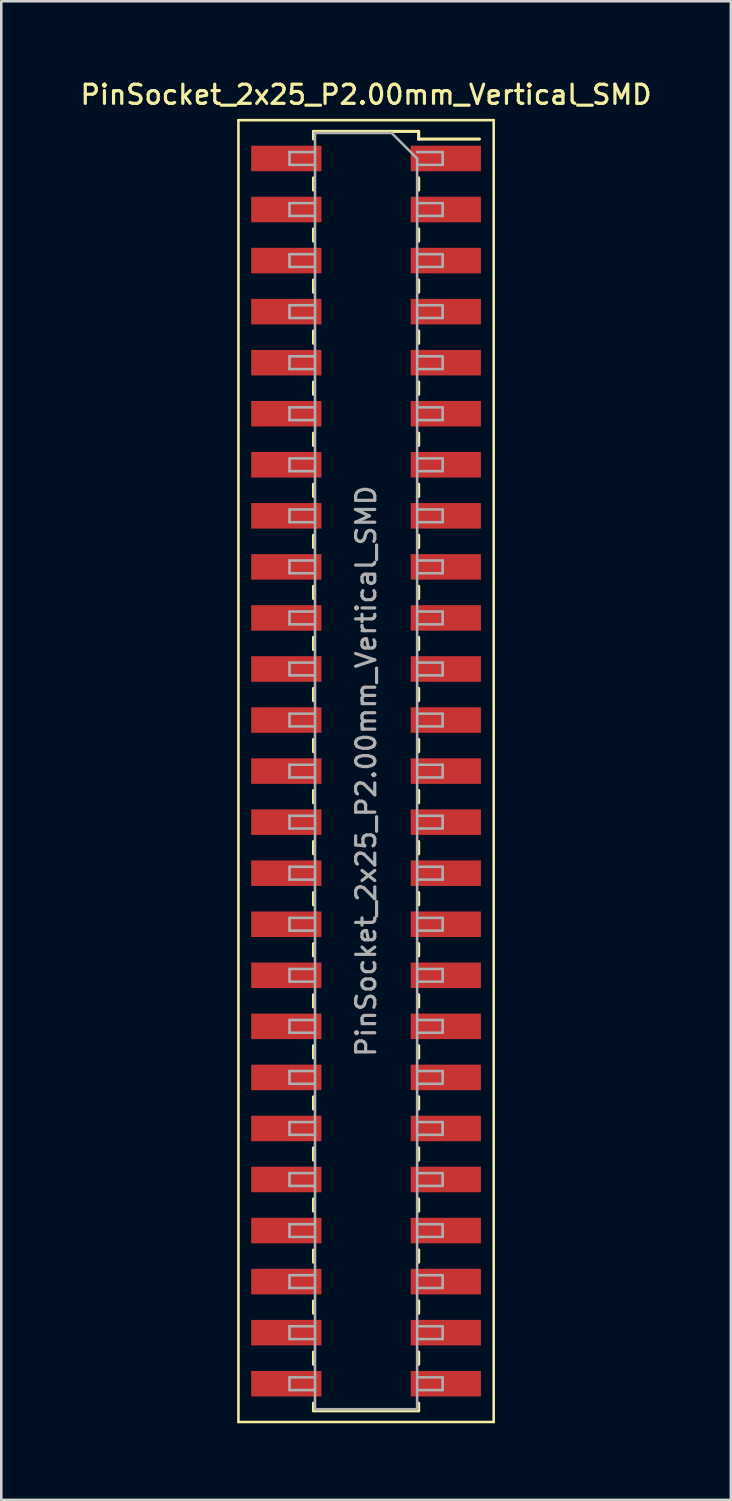
<source format=kicad_pcb>
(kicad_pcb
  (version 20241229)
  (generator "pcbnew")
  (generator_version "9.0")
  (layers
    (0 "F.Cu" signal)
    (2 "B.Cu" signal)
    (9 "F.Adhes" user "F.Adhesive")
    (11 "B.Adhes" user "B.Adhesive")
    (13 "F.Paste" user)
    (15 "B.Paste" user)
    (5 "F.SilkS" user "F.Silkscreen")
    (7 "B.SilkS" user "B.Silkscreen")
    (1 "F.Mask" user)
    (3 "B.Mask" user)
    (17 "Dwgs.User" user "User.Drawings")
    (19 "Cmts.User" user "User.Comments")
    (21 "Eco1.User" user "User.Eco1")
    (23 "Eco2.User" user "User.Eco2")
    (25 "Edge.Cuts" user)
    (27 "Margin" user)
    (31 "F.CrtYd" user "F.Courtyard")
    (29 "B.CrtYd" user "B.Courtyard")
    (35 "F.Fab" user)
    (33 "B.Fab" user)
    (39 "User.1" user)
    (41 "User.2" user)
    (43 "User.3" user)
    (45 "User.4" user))
  (footprint "PinSocket_2x25_P2.00mm_Vertical_SMD"
    (layer "F.Cu")
    (at 11.291 27.158)
    (property "Reference" "PinSocket_2x25_P2.00mm_Vertical_SMD" (at 0 -26.5 0) (layer "F.SilkS") (effects (font (size 0.75 0.75) (thickness 0.125))))
    (attr smd)
    (fp_line (start -5 -25.5) (end 5 -25.5) (stroke (width 0.1) (type solid)) (layer "F.SilkS"))
    (fp_line (start -5 25.5) (end -5 -25.5) (stroke (width 0.1) (type solid)) (layer "F.SilkS"))
    (fp_line (start -2.06 -25.06) (end -2.06 -24.76) (stroke (width 0.12) (type solid)) (layer "F.SilkS"))
    (fp_line (start -2.06 -25.06) (end 2.06 -25.06) (stroke (width 0.12) (type solid)) (layer "F.SilkS"))
    (fp_line (start -2.06 -23.24) (end -2.06 -22.76) (stroke (width 0.12) (type solid)) (layer "F.SilkS"))
    (fp_line (start -2.06 -21.24) (end -2.06 -20.76) (stroke (width 0.12) (type solid)) (layer "F.SilkS"))
    (fp_line (start -2.06 -19.24) (end -2.06 -18.76) (stroke (width 0.12) (type solid)) (layer "F.SilkS"))
    (fp_line (start -2.06 -17.24) (end -2.06 -16.76) (stroke (width 0.12) (type solid)) (layer "F.SilkS"))
    (fp_line (start -2.06 -15.24) (end -2.06 -14.76) (stroke (width 0.12) (type solid)) (layer "F.SilkS"))
    (fp_line (start -2.06 -13.24) (end -2.06 -12.76) (stroke (width 0.12) (type solid)) (layer "F.SilkS"))
    (fp_line (start -2.06 -11.24) (end -2.06 -10.76) (stroke (width 0.12) (type solid)) (layer "F.SilkS"))
    (fp_line (start -2.06 -9.24) (end -2.06 -8.76) (stroke (width 0.12) (type solid)) (layer "F.SilkS"))
    (fp_line (start -2.06 -7.24) (end -2.06 -6.76) (stroke (width 0.12) (type solid)) (layer "F.SilkS"))
    (fp_line (start -2.06 -5.24) (end -2.06 -4.76) (stroke (width 0.12) (type solid)) (layer "F.SilkS"))
    (fp_line (start -2.06 -3.24) (end -2.06 -2.76) (stroke (width 0.12) (type solid)) (layer "F.SilkS"))
    (fp_line (start -2.06 -1.24) (end -2.06 -0.76) (stroke (width 0.12) (type solid)) (layer "F.SilkS"))
    (fp_line (start -2.06 0.76) (end -2.06 1.24) (stroke (width 0.12) (type solid)) (layer "F.SilkS"))
    (fp_line (start -2.06 2.76) (end -2.06 3.24) (stroke (width 0.12) (type solid)) (layer "F.SilkS"))
    (fp_line (start -2.06 4.76) (end -2.06 5.24) (stroke (width 0.12) (type solid)) (layer "F.SilkS"))
    (fp_line (start -2.06 6.76) (end -2.06 7.24) (stroke (width 0.12) (type solid)) (layer "F.SilkS"))
    (fp_line (start -2.06 8.76) (end -2.06 9.24) (stroke (width 0.12) (type solid)) (layer "F.SilkS"))
    (fp_line (start -2.06 10.76) (end -2.06 11.24) (stroke (width 0.12) (type solid)) (layer "F.SilkS"))
    (fp_line (start -2.06 12.76) (end -2.06 13.24) (stroke (width 0.12) (type solid)) (layer "F.SilkS"))
    (fp_line (start -2.06 14.76) (end -2.06 15.24) (stroke (width 0.12) (type solid)) (layer "F.SilkS"))
    (fp_line (start -2.06 16.76) (end -2.06 17.24) (stroke (width 0.12) (type solid)) (layer "F.SilkS"))
    (fp_line (start -2.06 18.76) (end -2.06 19.24) (stroke (width 0.12) (type solid)) (layer "F.SilkS"))
    (fp_line (start -2.06 20.76) (end -2.06 21.24) (stroke (width 0.12) (type solid)) (layer "F.SilkS"))
    (fp_line (start -2.06 22.76) (end -2.06 23.24) (stroke (width 0.12) (type solid)) (layer "F.SilkS"))
    (fp_line (start -2.06 24.76) (end -2.06 25.06) (stroke (width 0.12) (type solid)) (layer "F.SilkS"))
    (fp_line (start -2.06 25.06) (end 2.06 25.06) (stroke (width 0.12) (type solid)) (layer "F.SilkS"))
    (fp_line (start 2.06 -25.06) (end 2.06 -24.76) (stroke (width 0.12) (type solid)) (layer "F.SilkS"))
    (fp_line (start 2.06 -24.76) (end 4.44 -24.76) (stroke (width 0.12) (type solid)) (layer "F.SilkS"))
    (fp_line (start 2.06 -23.24) (end 2.06 -22.76) (stroke (width 0.12) (type solid)) (layer "F.SilkS"))
    (fp_line (start 2.06 -21.24) (end 2.06 -20.76) (stroke (width 0.12) (type solid)) (layer "F.SilkS"))
    (fp_line (start 2.06 -19.24) (end 2.06 -18.76) (stroke (width 0.12) (type solid)) (layer "F.SilkS"))
    (fp_line (start 2.06 -17.24) (end 2.06 -16.76) (stroke (width 0.12) (type solid)) (layer "F.SilkS"))
    (fp_line (start 2.06 -15.24) (end 2.06 -14.76) (stroke (width 0.12) (type solid)) (layer "F.SilkS"))
    (fp_line (start 2.06 -13.24) (end 2.06 -12.76) (stroke (width 0.12) (type solid)) (layer "F.SilkS"))
    (fp_line (start 2.06 -11.24) (end 2.06 -10.76) (stroke (width 0.12) (type solid)) (layer "F.SilkS"))
    (fp_line (start 2.06 -9.24) (end 2.06 -8.76) (stroke (width 0.12) (type solid)) (layer "F.SilkS"))
    (fp_line (start 2.06 -7.24) (end 2.06 -6.76) (stroke (width 0.12) (type solid)) (layer "F.SilkS"))
    (fp_line (start 2.06 -5.24) (end 2.06 -4.76) (stroke (width 0.12) (type solid)) (layer "F.SilkS"))
    (fp_line (start 2.06 -3.24) (end 2.06 -2.76) (stroke (width 0.12) (type solid)) (layer "F.SilkS"))
    (fp_line (start 2.06 -1.24) (end 2.06 -0.76) (stroke (width 0.12) (type solid)) (layer "F.SilkS"))
    (fp_line (start 2.06 0.76) (end 2.06 1.24) (stroke (width 0.12) (type solid)) (layer "F.SilkS"))
    (fp_line (start 2.06 2.76) (end 2.06 3.24) (stroke (width 0.12) (type solid)) (layer "F.SilkS"))
    (fp_line (start 2.06 4.76) (end 2.06 5.24) (stroke (width 0.12) (type solid)) (layer "F.SilkS"))
    (fp_line (start 2.06 6.76) (end 2.06 7.24) (stroke (width 0.12) (type solid)) (layer "F.SilkS"))
    (fp_line (start 2.06 8.76) (end 2.06 9.24) (stroke (width 0.12) (type solid)) (layer "F.SilkS"))
    (fp_line (start 2.06 10.76) (end 2.06 11.24) (stroke (width 0.12) (type solid)) (layer "F.SilkS"))
    (fp_line (start 2.06 12.76) (end 2.06 13.24) (stroke (width 0.12) (type solid)) (layer "F.SilkS"))
    (fp_line (start 2.06 14.76) (end 2.06 15.24) (stroke (width 0.12) (type solid)) (layer "F.SilkS"))
    (fp_line (start 2.06 16.76) (end 2.06 17.24) (stroke (width 0.12) (type solid)) (layer "F.SilkS"))
    (fp_line (start 2.06 18.76) (end 2.06 19.24) (stroke (width 0.12) (type solid)) (layer "F.SilkS"))
    (fp_line (start 2.06 20.76) (end 2.06 21.24) (stroke (width 0.12) (type solid)) (layer "F.SilkS"))
    (fp_line (start 2.06 22.76) (end 2.06 23.24) (stroke (width 0.12) (type solid)) (layer "F.SilkS"))
    (fp_line (start 2.06 24.76) (end 2.06 25.06) (stroke (width 0.12) (type solid)) (layer "F.SilkS"))
    (fp_line (start 5 -25.5) (end 5 25.5) (stroke (width 0.1) (type solid)) (layer "F.SilkS"))
    (fp_line (start 5 25.5) (end -5 25.5) (stroke (width 0.1) (type solid)) (layer "F.SilkS"))
    (fp_line (start -3 -24.25) (end -2 -24.25) (stroke (width 0.1) (type solid)) (layer "F.Fab"))
    (fp_line (start -3 -23.75) (end -3 -24.25) (stroke (width 0.1) (type solid)) (layer "F.Fab"))
    (fp_line (start -3 -22.25) (end -2 -22.25) (stroke (width 0.1) (type solid)) (layer "F.Fab"))
    (fp_line (start -3 -21.75) (end -3 -22.25) (stroke (width 0.1) (type solid)) (layer "F.Fab"))
    (fp_line (start -3 -20.25) (end -2 -20.25) (stroke (width 0.1) (type solid)) (layer "F.Fab"))
    (fp_line (start -3 -19.75) (end -3 -20.25) (stroke (width 0.1) (type solid)) (layer "F.Fab"))
    (fp_line (start -3 -18.25) (end -2 -18.25) (stroke (width 0.1) (type solid)) (layer "F.Fab"))
    (fp_line (start -3 -17.75) (end -3 -18.25) (stroke (width 0.1) (type solid)) (layer "F.Fab"))
    (fp_line (start -3 -16.25) (end -2 -16.25) (stroke (width 0.1) (type solid)) (layer "F.Fab"))
    (fp_line (start -3 -15.75) (end -3 -16.25) (stroke (width 0.1) (type solid)) (layer "F.Fab"))
    (fp_line (start -3 -14.25) (end -2 -14.25) (stroke (width 0.1) (type solid)) (layer "F.Fab"))
    (fp_line (start -3 -13.75) (end -3 -14.25) (stroke (width 0.1) (type solid)) (layer "F.Fab"))
    (fp_line (start -3 -12.25) (end -2 -12.25) (stroke (width 0.1) (type solid)) (layer "F.Fab"))
    (fp_line (start -3 -11.75) (end -3 -12.25) (stroke (width 0.1) (type solid)) (layer "F.Fab"))
    (fp_line (start -3 -10.25) (end -2 -10.25) (stroke (width 0.1) (type solid)) (layer "F.Fab"))
    (fp_line (start -3 -9.75) (end -3 -10.25) (stroke (width 0.1) (type solid)) (layer "F.Fab"))
    (fp_line (start -3 -8.25) (end -2 -8.25) (stroke (width 0.1) (type solid)) (layer "F.Fab"))
    (fp_line (start -3 -7.75) (end -3 -8.25) (stroke (width 0.1) (type solid)) (layer "F.Fab"))
    (fp_line (start -3 -6.25) (end -2 -6.25) (stroke (width 0.1) (type solid)) (layer "F.Fab"))
    (fp_line (start -3 -5.75) (end -3 -6.25) (stroke (width 0.1) (type solid)) (layer "F.Fab"))
    (fp_line (start -3 -4.25) (end -2 -4.25) (stroke (width 0.1) (type solid)) (layer "F.Fab"))
    (fp_line (start -3 -3.75) (end -3 -4.25) (stroke (width 0.1) (type solid)) (layer "F.Fab"))
    (fp_line (start -3 -2.25) (end -2 -2.25) (stroke (width 0.1) (type solid)) (layer "F.Fab"))
    (fp_line (start -3 -1.75) (end -3 -2.25) (stroke (width 0.1) (type solid)) (layer "F.Fab"))
    (fp_line (start -3 -0.25) (end -2 -0.25) (stroke (width 0.1) (type solid)) (layer "F.Fab"))
    (fp_line (start -3 0.25) (end -3 -0.25) (stroke (width 0.1) (type solid)) (layer "F.Fab"))
    (fp_line (start -3 1.75) (end -2 1.75) (stroke (width 0.1) (type solid)) (layer "F.Fab"))
    (fp_line (start -3 2.25) (end -3 1.75) (stroke (width 0.1) (type solid)) (layer "F.Fab"))
    (fp_line (start -3 3.75) (end -2 3.75) (stroke (width 0.1) (type solid)) (layer "F.Fab"))
    (fp_line (start -3 4.25) (end -3 3.75) (stroke (width 0.1) (type solid)) (layer "F.Fab"))
    (fp_line (start -3 5.75) (end -2 5.75) (stroke (width 0.1) (type solid)) (layer "F.Fab"))
    (fp_line (start -3 6.25) (end -3 5.75) (stroke (width 0.1) (type solid)) (layer "F.Fab"))
    (fp_line (start -3 7.75) (end -2 7.75) (stroke (width 0.1) (type solid)) (layer "F.Fab"))
    (fp_line (start -3 8.25) (end -3 7.75) (stroke (width 0.1) (type solid)) (layer "F.Fab"))
    (fp_line (start -3 9.75) (end -2 9.75) (stroke (width 0.1) (type solid)) (layer "F.Fab"))
    (fp_line (start -3 10.25) (end -3 9.75) (stroke (width 0.1) (type solid)) (layer "F.Fab"))
    (fp_line (start -3 11.75) (end -2 11.75) (stroke (width 0.1) (type solid)) (layer "F.Fab"))
    (fp_line (start -3 12.25) (end -3 11.75) (stroke (width 0.1) (type solid)) (layer "F.Fab"))
    (fp_line (start -3 13.75) (end -2 13.75) (stroke (width 0.1) (type solid)) (layer "F.Fab"))
    (fp_line (start -3 14.25) (end -3 13.75) (stroke (width 0.1) (type solid)) (layer "F.Fab"))
    (fp_line (start -3 15.75) (end -2 15.75) (stroke (width 0.1) (type solid)) (layer "F.Fab"))
    (fp_line (start -3 16.25) (end -3 15.75) (stroke (width 0.1) (type solid)) (layer "F.Fab"))
    (fp_line (start -3 17.75) (end -2 17.75) (stroke (width 0.1) (type solid)) (layer "F.Fab"))
    (fp_line (start -3 18.25) (end -3 17.75) (stroke (width 0.1) (type solid)) (layer "F.Fab"))
    (fp_line (start -3 19.75) (end -2 19.75) (stroke (width 0.1) (type solid)) (layer "F.Fab"))
    (fp_line (start -3 20.25) (end -3 19.75) (stroke (width 0.1) (type solid)) (layer "F.Fab"))
    (fp_line (start -3 21.75) (end -2 21.75) (stroke (width 0.1) (type solid)) (layer "F.Fab"))
    (fp_line (start -3 22.25) (end -3 21.75) (stroke (width 0.1) (type solid)) (layer "F.Fab"))
    (fp_line (start -3 23.75) (end -2 23.75) (stroke (width 0.1) (type solid)) (layer "F.Fab"))
    (fp_line (start -3 24.25) (end -3 23.75) (stroke (width 0.1) (type solid)) (layer "F.Fab"))
    (fp_line (start -2 -25) (end 1 -25) (stroke (width 0.1) (type solid)) (layer "F.Fab"))
    (fp_line (start -2 -23.75) (end -3 -23.75) (stroke (width 0.1) (type solid)) (layer "F.Fab"))
    (fp_line (start -2 -21.75) (end -3 -21.75) (stroke (width 0.1) (type solid)) (layer "F.Fab"))
    (fp_line (start -2 -19.75) (end -3 -19.75) (stroke (width 0.1) (type solid)) (layer "F.Fab"))
    (fp_line (start -2 -17.75) (end -3 -17.75) (stroke (width 0.1) (type solid)) (layer "F.Fab"))
    (fp_line (start -2 -15.75) (end -3 -15.75) (stroke (width 0.1) (type solid)) (layer "F.Fab"))
    (fp_line (start -2 -13.75) (end -3 -13.75) (stroke (width 0.1) (type solid)) (layer "F.Fab"))
    (fp_line (start -2 -11.75) (end -3 -11.75) (stroke (width 0.1) (type solid)) (layer "F.Fab"))
    (fp_line (start -2 -9.75) (end -3 -9.75) (stroke (width 0.1) (type solid)) (layer "F.Fab"))
    (fp_line (start -2 -7.75) (end -3 -7.75) (stroke (width 0.1) (type solid)) (layer "F.Fab"))
    (fp_line (start -2 -5.75) (end -3 -5.75) (stroke (width 0.1) (type solid)) (layer "F.Fab"))
    (fp_line (start -2 -3.75) (end -3 -3.75) (stroke (width 0.1) (type solid)) (layer "F.Fab"))
    (fp_line (start -2 -1.75) (end -3 -1.75) (stroke (width 0.1) (type solid)) (layer "F.Fab"))
    (fp_line (start -2 0.25) (end -3 0.25) (stroke (width 0.1) (type solid)) (layer "F.Fab"))
    (fp_line (start -2 2.25) (end -3 2.25) (stroke (width 0.1) (type solid)) (layer "F.Fab"))
    (fp_line (start -2 4.25) (end -3 4.25) (stroke (width 0.1) (type solid)) (layer "F.Fab"))
    (fp_line (start -2 6.25) (end -3 6.25) (stroke (width 0.1) (type solid)) (layer "F.Fab"))
    (fp_line (start -2 8.25) (end -3 8.25) (stroke (width 0.1) (type solid)) (layer "F.Fab"))
    (fp_line (start -2 10.25) (end -3 10.25) (stroke (width 0.1) (type solid)) (layer "F.Fab"))
    (fp_line (start -2 12.25) (end -3 12.25) (stroke (width 0.1) (type solid)) (layer "F.Fab"))
    (fp_line (start -2 14.25) (end -3 14.25) (stroke (width 0.1) (type solid)) (layer "F.Fab"))
    (fp_line (start -2 16.25) (end -3 16.25) (stroke (width 0.1) (type solid)) (layer "F.Fab"))
    (fp_line (start -2 18.25) (end -3 18.25) (stroke (width 0.1) (type solid)) (layer "F.Fab"))
    (fp_line (start -2 20.25) (end -3 20.25) (stroke (width 0.1) (type solid)) (layer "F.Fab"))
    (fp_line (start -2 22.25) (end -3 22.25) (stroke (width 0.1) (type solid)) (layer "F.Fab"))
    (fp_line (start -2 24.25) (end -3 24.25) (stroke (width 0.1) (type solid)) (layer "F.Fab"))
    (fp_line (start -2 25) (end -2 -25) (stroke (width 0.1) (type solid)) (layer "F.Fab"))
    (fp_line (start 1 -25) (end 2 -24) (stroke (width 0.1) (type solid)) (layer "F.Fab"))
    (fp_line (start 2 -24.25) (end 3 -24.25) (stroke (width 0.1) (type solid)) (layer "F.Fab"))
    (fp_line (start 2 -24) (end 2 25) (stroke (width 0.1) (type solid)) (layer "F.Fab"))
    (fp_line (start 2 -22.25) (end 3 -22.25) (stroke (width 0.1) (type solid)) (layer "F.Fab"))
    (fp_line (start 2 -20.25) (end 3 -20.25) (stroke (width 0.1) (type solid)) (layer "F.Fab"))
    (fp_line (start 2 -18.25) (end 3 -18.25) (stroke (width 0.1) (type solid)) (layer "F.Fab"))
    (fp_line (start 2 -16.25) (end 3 -16.25) (stroke (width 0.1) (type solid)) (layer "F.Fab"))
    (fp_line (start 2 -14.25) (end 3 -14.25) (stroke (width 0.1) (type solid)) (layer "F.Fab"))
    (fp_line (start 2 -12.25) (end 3 -12.25) (stroke (width 0.1) (type solid)) (layer "F.Fab"))
    (fp_line (start 2 -10.25) (end 3 -10.25) (stroke (width 0.1) (type solid)) (layer "F.Fab"))
    (fp_line (start 2 -8.25) (end 3 -8.25) (stroke (width 0.1) (type solid)) (layer "F.Fab"))
    (fp_line (start 2 -6.25) (end 3 -6.25) (stroke (width 0.1) (type solid)) (layer "F.Fab"))
    (fp_line (start 2 -4.25) (end 3 -4.25) (stroke (width 0.1) (type solid)) (layer "F.Fab"))
    (fp_line (start 2 -2.25) (end 3 -2.25) (stroke (width 0.1) (type solid)) (layer "F.Fab"))
    (fp_line (start 2 -0.25) (end 3 -0.25) (stroke (width 0.1) (type solid)) (layer "F.Fab"))
    (fp_line (start 2 1.75) (end 3 1.75) (stroke (width 0.1) (type solid)) (layer "F.Fab"))
    (fp_line (start 2 3.75) (end 3 3.75) (stroke (width 0.1) (type solid)) (layer "F.Fab"))
    (fp_line (start 2 5.75) (end 3 5.75) (stroke (width 0.1) (type solid)) (layer "F.Fab"))
    (fp_line (start 2 7.75) (end 3 7.75) (stroke (width 0.1) (type solid)) (layer "F.Fab"))
    (fp_line (start 2 9.75) (end 3 9.75) (stroke (width 0.1) (type solid)) (layer "F.Fab"))
    (fp_line (start 2 11.75) (end 3 11.75) (stroke (width 0.1) (type solid)) (layer "F.Fab"))
    (fp_line (start 2 13.75) (end 3 13.75) (stroke (width 0.1) (type solid)) (layer "F.Fab"))
    (fp_line (start 2 15.75) (end 3 15.75) (stroke (width 0.1) (type solid)) (layer "F.Fab"))
    (fp_line (start 2 17.75) (end 3 17.75) (stroke (width 0.1) (type solid)) (layer "F.Fab"))
    (fp_line (start 2 19.75) (end 3 19.75) (stroke (width 0.1) (type solid)) (layer "F.Fab"))
    (fp_line (start 2 21.75) (end 3 21.75) (stroke (width 0.1) (type solid)) (layer "F.Fab"))
    (fp_line (start 2 23.75) (end 3 23.75) (stroke (width 0.1) (type solid)) (layer "F.Fab"))
    (fp_line (start 2 25) (end -2 25) (stroke (width 0.1) (type solid)) (layer "F.Fab"))
    (fp_line (start 3 -24.25) (end 3 -23.75) (stroke (width 0.1) (type solid)) (layer "F.Fab"))
    (fp_line (start 3 -23.75) (end 2 -23.75) (stroke (width 0.1) (type solid)) (layer "F.Fab"))
    (fp_line (start 3 -22.25) (end 3 -21.75) (stroke (width 0.1) (type solid)) (layer "F.Fab"))
    (fp_line (start 3 -21.75) (end 2 -21.75) (stroke (width 0.1) (type solid)) (layer "F.Fab"))
    (fp_line (start 3 -20.25) (end 3 -19.75) (stroke (width 0.1) (type solid)) (layer "F.Fab"))
    (fp_line (start 3 -19.75) (end 2 -19.75) (stroke (width 0.1) (type solid)) (layer "F.Fab"))
    (fp_line (start 3 -18.25) (end 3 -17.75) (stroke (width 0.1) (type solid)) (layer "F.Fab"))
    (fp_line (start 3 -17.75) (end 2 -17.75) (stroke (width 0.1) (type solid)) (layer "F.Fab"))
    (fp_line (start 3 -16.25) (end 3 -15.75) (stroke (width 0.1) (type solid)) (layer "F.Fab"))
    (fp_line (start 3 -15.75) (end 2 -15.75) (stroke (width 0.1) (type solid)) (layer "F.Fab"))
    (fp_line (start 3 -14.25) (end 3 -13.75) (stroke (width 0.1) (type solid)) (layer "F.Fab"))
    (fp_line (start 3 -13.75) (end 2 -13.75) (stroke (width 0.1) (type solid)) (layer "F.Fab"))
    (fp_line (start 3 -12.25) (end 3 -11.75) (stroke (width 0.1) (type solid)) (layer "F.Fab"))
    (fp_line (start 3 -11.75) (end 2 -11.75) (stroke (width 0.1) (type solid)) (layer "F.Fab"))
    (fp_line (start 3 -10.25) (end 3 -9.75) (stroke (width 0.1) (type solid)) (layer "F.Fab"))
    (fp_line (start 3 -9.75) (end 2 -9.75) (stroke (width 0.1) (type solid)) (layer "F.Fab"))
    (fp_line (start 3 -8.25) (end 3 -7.75) (stroke (width 0.1) (type solid)) (layer "F.Fab"))
    (fp_line (start 3 -7.75) (end 2 -7.75) (stroke (width 0.1) (type solid)) (layer "F.Fab"))
    (fp_line (start 3 -6.25) (end 3 -5.75) (stroke (width 0.1) (type solid)) (layer "F.Fab"))
    (fp_line (start 3 -5.75) (end 2 -5.75) (stroke (width 0.1) (type solid)) (layer "F.Fab"))
    (fp_line (start 3 -4.25) (end 3 -3.75) (stroke (width 0.1) (type solid)) (layer "F.Fab"))
    (fp_line (start 3 -3.75) (end 2 -3.75) (stroke (width 0.1) (type solid)) (layer "F.Fab"))
    (fp_line (start 3 -2.25) (end 3 -1.75) (stroke (width 0.1) (type solid)) (layer "F.Fab"))
    (fp_line (start 3 -1.75) (end 2 -1.75) (stroke (width 0.1) (type solid)) (layer "F.Fab"))
    (fp_line (start 3 -0.25) (end 3 0.25) (stroke (width 0.1) (type solid)) (layer "F.Fab"))
    (fp_line (start 3 0.25) (end 2 0.25) (stroke (width 0.1) (type solid)) (layer "F.Fab"))
    (fp_line (start 3 1.75) (end 3 2.25) (stroke (width 0.1) (type solid)) (layer "F.Fab"))
    (fp_line (start 3 2.25) (end 2 2.25) (stroke (width 0.1) (type solid)) (layer "F.Fab"))
    (fp_line (start 3 3.75) (end 3 4.25) (stroke (width 0.1) (type solid)) (layer "F.Fab"))
    (fp_line (start 3 4.25) (end 2 4.25) (stroke (width 0.1) (type solid)) (layer "F.Fab"))
    (fp_line (start 3 5.75) (end 3 6.25) (stroke (width 0.1) (type solid)) (layer "F.Fab"))
    (fp_line (start 3 6.25) (end 2 6.25) (stroke (width 0.1) (type solid)) (layer "F.Fab"))
    (fp_line (start 3 7.75) (end 3 8.25) (stroke (width 0.1) (type solid)) (layer "F.Fab"))
    (fp_line (start 3 8.25) (end 2 8.25) (stroke (width 0.1) (type solid)) (layer "F.Fab"))
    (fp_line (start 3 9.75) (end 3 10.25) (stroke (width 0.1) (type solid)) (layer "F.Fab"))
    (fp_line (start 3 10.25) (end 2 10.25) (stroke (width 0.1) (type solid)) (layer "F.Fab"))
    (fp_line (start 3 11.75) (end 3 12.25) (stroke (width 0.1) (type solid)) (layer "F.Fab"))
    (fp_line (start 3 12.25) (end 2 12.25) (stroke (width 0.1) (type solid)) (layer "F.Fab"))
    (fp_line (start 3 13.75) (end 3 14.25) (stroke (width 0.1) (type solid)) (layer "F.Fab"))
    (fp_line (start 3 14.25) (end 2 14.25) (stroke (width 0.1) (type solid)) (layer "F.Fab"))
    (fp_line (start 3 15.75) (end 3 16.25) (stroke (width 0.1) (type solid)) (layer "F.Fab"))
    (fp_line (start 3 16.25) (end 2 16.25) (stroke (width 0.1) (type solid)) (layer "F.Fab"))
    (fp_line (start 3 17.75) (end 3 18.25) (stroke (width 0.1) (type solid)) (layer "F.Fab"))
    (fp_line (start 3 18.25) (end 2 18.25) (stroke (width 0.1) (type solid)) (layer "F.Fab"))
    (fp_line (start 3 19.75) (end 3 20.25) (stroke (width 0.1) (type solid)) (layer "F.Fab"))
    (fp_line (start 3 20.25) (end 2 20.25) (stroke (width 0.1) (type solid)) (layer "F.Fab"))
    (fp_line (start 3 21.75) (end 3 22.25) (stroke (width 0.1) (type solid)) (layer "F.Fab"))
    (fp_line (start 3 22.25) (end 2 22.25) (stroke (width 0.1) (type solid)) (layer "F.Fab"))
    (fp_line (start 3 23.75) (end 3 24.25) (stroke (width 0.1) (type solid)) (layer "F.Fab"))
    (fp_line (start 3 24.25) (end 2 24.25) (stroke (width 0.1) (type solid)) (layer "F.Fab"))
    (fp_text user "${REFERENCE}" (at 0 0 90) (layer "F.Fab") (effects (font (size 0.75 0.75) (thickness 0.125))))
    (pad "1" smd rect (at 3.125 -24) (size 2.75 1) (layers "F.Cu" "F.Mask" "F.Paste"))
    (pad "2" smd rect (at -3.125 -24) (size 2.75 1) (layers "F.Cu" "F.Mask" "F.Paste"))
    (pad "3" smd rect (at 3.125 -22) (size 2.75 1) (layers "F.Cu" "F.Mask" "F.Paste"))
    (pad "4" smd rect (at -3.125 -22) (size 2.75 1) (layers "F.Cu" "F.Mask" "F.Paste"))
    (pad "5" smd rect (at 3.125 -20) (size 2.75 1) (layers "F.Cu" "F.Mask" "F.Paste"))
    (pad "6" smd rect (at -3.125 -20) (size 2.75 1) (layers "F.Cu" "F.Mask" "F.Paste"))
    (pad "7" smd rect (at 3.125 -18) (size 2.75 1) (layers "F.Cu" "F.Mask" "F.Paste"))
    (pad "8" smd rect (at -3.125 -18) (size 2.75 1) (layers "F.Cu" "F.Mask" "F.Paste"))
    (pad "9" smd rect (at 3.125 -16) (size 2.75 1) (layers "F.Cu" "F.Mask" "F.Paste"))
    (pad "10" smd rect (at -3.125 -16) (size 2.75 1) (layers "F.Cu" "F.Mask" "F.Paste"))
    (pad "11" smd rect (at 3.125 -14) (size 2.75 1) (layers "F.Cu" "F.Mask" "F.Paste"))
    (pad "12" smd rect (at -3.125 -14) (size 2.75 1) (layers "F.Cu" "F.Mask" "F.Paste"))
    (pad "13" smd rect (at 3.125 -12) (size 2.75 1) (layers "F.Cu" "F.Mask" "F.Paste"))
    (pad "14" smd rect (at -3.125 -12) (size 2.75 1) (layers "F.Cu" "F.Mask" "F.Paste"))
    (pad "15" smd rect (at 3.125 -10) (size 2.75 1) (layers "F.Cu" "F.Mask" "F.Paste"))
    (pad "16" smd rect (at -3.125 -10) (size 2.75 1) (layers "F.Cu" "F.Mask" "F.Paste"))
    (pad "17" smd rect (at 3.125 -8) (size 2.75 1) (layers "F.Cu" "F.Mask" "F.Paste"))
    (pad "18" smd rect (at -3.125 -8) (size 2.75 1) (layers "F.Cu" "F.Mask" "F.Paste"))
    (pad "19" smd rect (at 3.125 -6) (size 2.75 1) (layers "F.Cu" "F.Mask" "F.Paste"))
    (pad "20" smd rect (at -3.125 -6) (size 2.75 1) (layers "F.Cu" "F.Mask" "F.Paste"))
    (pad "21" smd rect (at 3.125 -4) (size 2.75 1) (layers "F.Cu" "F.Mask" "F.Paste"))
    (pad "22" smd rect (at -3.125 -4) (size 2.75 1) (layers "F.Cu" "F.Mask" "F.Paste"))
    (pad "23" smd rect (at 3.125 -2) (size 2.75 1) (layers "F.Cu" "F.Mask" "F.Paste"))
    (pad "24" smd rect (at -3.125 -2) (size 2.75 1) (layers "F.Cu" "F.Mask" "F.Paste"))
    (pad "25" smd rect (at 3.125 0) (size 2.75 1) (layers "F.Cu" "F.Mask" "F.Paste"))
    (pad "26" smd rect (at -3.125 0) (size 2.75 1) (layers "F.Cu" "F.Mask" "F.Paste"))
    (pad "27" smd rect (at 3.125 2) (size 2.75 1) (layers "F.Cu" "F.Mask" "F.Paste"))
    (pad "28" smd rect (at -3.125 2) (size 2.75 1) (layers "F.Cu" "F.Mask" "F.Paste"))
    (pad "29" smd rect (at 3.125 4) (size 2.75 1) (layers "F.Cu" "F.Mask" "F.Paste"))
    (pad "30" smd rect (at -3.125 4) (size 2.75 1) (layers "F.Cu" "F.Mask" "F.Paste"))
    (pad "31" smd rect (at 3.125 6) (size 2.75 1) (layers "F.Cu" "F.Mask" "F.Paste"))
    (pad "32" smd rect (at -3.125 6) (size 2.75 1) (layers "F.Cu" "F.Mask" "F.Paste"))
    (pad "33" smd rect (at 3.125 8) (size 2.75 1) (layers "F.Cu" "F.Mask" "F.Paste"))
    (pad "34" smd rect (at -3.125 8) (size 2.75 1) (layers "F.Cu" "F.Mask" "F.Paste"))
    (pad "35" smd rect (at 3.125 10) (size 2.75 1) (layers "F.Cu" "F.Mask" "F.Paste"))
    (pad "36" smd rect (at -3.125 10) (size 2.75 1) (layers "F.Cu" "F.Mask" "F.Paste"))
    (pad "37" smd rect (at 3.125 12) (size 2.75 1) (layers "F.Cu" "F.Mask" "F.Paste"))
    (pad "38" smd rect (at -3.125 12) (size 2.75 1) (layers "F.Cu" "F.Mask" "F.Paste"))
    (pad "39" smd rect (at 3.125 14) (size 2.75 1) (layers "F.Cu" "F.Mask" "F.Paste"))
    (pad "40" smd rect (at -3.125 14) (size 2.75 1) (layers "F.Cu" "F.Mask" "F.Paste"))
    (pad "41" smd rect (at 3.125 16) (size 2.75 1) (layers "F.Cu" "F.Mask" "F.Paste"))
    (pad "42" smd rect (at -3.125 16) (size 2.75 1) (layers "F.Cu" "F.Mask" "F.Paste"))
    (pad "43" smd rect (at 3.125 18) (size 2.75 1) (layers "F.Cu" "F.Mask" "F.Paste"))
    (pad "44" smd rect (at -3.125 18) (size 2.75 1) (layers "F.Cu" "F.Mask" "F.Paste"))
    (pad "45" smd rect (at 3.125 20) (size 2.75 1) (layers "F.Cu" "F.Mask" "F.Paste"))
    (pad "46" smd rect (at -3.125 20) (size 2.75 1) (layers "F.Cu" "F.Mask" "F.Paste"))
    (pad "47" smd rect (at 3.125 22) (size 2.75 1) (layers "F.Cu" "F.Mask" "F.Paste"))
    (pad "48" smd rect (at -3.125 22) (size 2.75 1) (layers "F.Cu" "F.Mask" "F.Paste"))
    (pad "49" smd rect (at 3.125 24) (size 2.75 1) (layers "F.Cu" "F.Mask" "F.Paste"))
    (pad "50" smd rect (at -3.125 24) (size 2.75 1) (layers "F.Cu" "F.Mask" "F.Paste")))
  (gr_rect
    (start -3 -3)
    (end 25.582 55.708)
    (stroke (width 0.1) (type default))
    (fill no)
    (layer "Edge.Cuts")))
</source>
